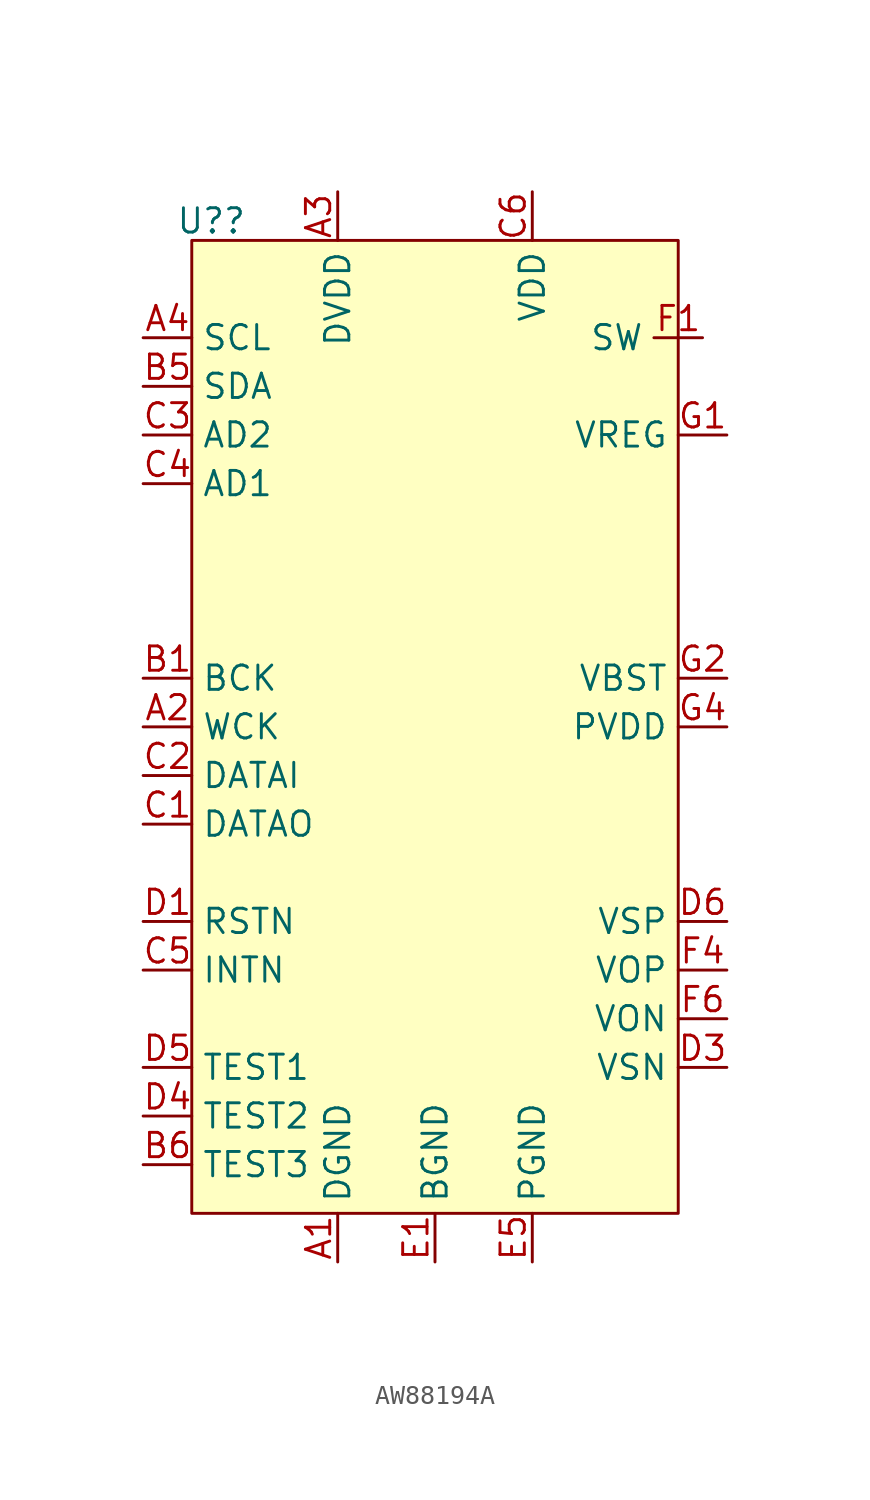
<source format=kicad_sym>
(kicad_symbol_lib
  (version 20231120)
  (generator "kicad_symbol_editor")
  (generator_version "8.0")
  (symbol "AW88194A"
    (property "Reference" "U?"
      (at 1.016 51.816 0)
      (effects (font (size 1.27 1.27))))
    (property "Value" ""
      (at 0 0 0)
      (effects (font (size 1.27 1.27))))
    (symbol "AW88194A_0_1"
      (rectangle (start 0 50.8) (end 25.4 0) (stroke (width 0) (type default)) (fill (type background))))
    (symbol "AW88194A_1_1"
      (pin input line (at 7.62 -2.54 90) (length 2.54) (name "DGND" (effects (font (size 1.27 1.27)))) (number "A1" (effects (font (size 1.27 1.27)))))
      (pin input line (at -2.54 25.4 0) (length 2.54) (name "WCK" (effects (font (size 1.27 1.27)))) (number "A2" (effects (font (size 1.27 1.27)))))
      (pin input line (at 7.62 53.34 270) (length 2.54) (name "DVDD" (effects (font (size 1.27 1.27)))) (number "A3" (effects (font (size 1.27 1.27)))))
      (pin input line (at -2.54 45.72 0) (length 2.54) (name "SCL" (effects (font (size 1.27 1.27)))) (number "A4" (effects (font (size 1.27 1.27)))))
      (pin input line (at 7.62 -2.54 90) (length 2.54) hide (name "DGND" (effects (font (size 1.27 1.27)))) (number "A5" (effects (font (size 1.27 1.27)))))
      (pin input line (at 7.62 -2.54 90) (length 2.54) hide (name "DGND" (effects (font (size 1.27 1.27)))) (number "A6" (effects (font (size 1.27 1.27)))))
      (pin input line (at -2.54 27.94 0) (length 2.54) (name "BCK" (effects (font (size 1.27 1.27)))) (number "B1" (effects (font (size 1.27 1.27)))))
      (pin input line (at -2.54 25.4 0) (length 2.54) hide (name "WCK" (effects (font (size 1.27 1.27)))) (number "B2" (effects (font (size 1.27 1.27)))))
      (pin input line (at 7.62 53.34 270) (length 2.54) hide (name "DVDD" (effects (font (size 1.27 1.27)))) (number "B3" (effects (font (size 1.27 1.27)))))
      (pin input line (at -2.54 45.72 0) (length 2.54) hide (name "SCL" (effects (font (size 1.27 1.27)))) (number "B4" (effects (font (size 1.27 1.27)))))
      (pin input line (at -2.54 43.18 0) (length 2.54) (name "SDA" (effects (font (size 1.27 1.27)))) (number "B5" (effects (font (size 1.27 1.27)))))
      (pin input line (at -2.54 2.54 0) (length 2.54) (name "TEST3" (effects (font (size 1.27 1.27)))) (number "B6" (effects (font (size 1.27 1.27)))))
      (pin input line (at -2.54 20.32 0) (length 2.54) (name "DATAO" (effects (font (size 1.27 1.27)))) (number "C1" (effects (font (size 1.27 1.27)))))
      (pin input line (at -2.54 22.86 0) (length 2.54) (name "DATAI" (effects (font (size 1.27 1.27)))) (number "C2" (effects (font (size 1.27 1.27)))))
      (pin input line (at -2.54 40.64 0) (length 2.54) (name "AD2" (effects (font (size 1.27 1.27)))) (number "C3" (effects (font (size 1.27 1.27)))))
      (pin input line (at -2.54 38.1 0) (length 2.54) (name "AD1" (effects (font (size 1.27 1.27)))) (number "C4" (effects (font (size 1.27 1.27)))))
      (pin input line (at -2.54 12.7 0) (length 2.54) (name "INTN" (effects (font (size 1.27 1.27)))) (number "C5" (effects (font (size 1.27 1.27)))))
      (pin input line (at 17.78 53.34 270) (length 2.54) (name "VDD" (effects (font (size 1.27 1.27)))) (number "C6" (effects (font (size 1.27 1.27)))))
      (pin input line (at -2.54 15.24 0) (length 2.54) (name "RSTN" (effects (font (size 1.27 1.27)))) (number "D1" (effects (font (size 1.27 1.27)))))
      (pin input line (at 7.62 -2.54 90) (length 2.54) hide (name "DGND" (effects (font (size 1.27 1.27)))) (number "D2" (effects (font (size 1.27 1.27)))))
      (pin input line (at 27.94 7.62 180) (length 2.54) (name "VSN" (effects (font (size 1.27 1.27)))) (number "D3" (effects (font (size 1.27 1.27)))))
      (pin input line (at -2.54 5.08 0) (length 2.54) (name "TEST2" (effects (font (size 1.27 1.27)))) (number "D4" (effects (font (size 1.27 1.27)))))
      (pin input line (at -2.54 7.62 0) (length 2.54) (name "TEST1" (effects (font (size 1.27 1.27)))) (number "D5" (effects (font (size 1.27 1.27)))))
      (pin input line (at 27.94 15.24 180) (length 2.54) (name "VSP" (effects (font (size 1.27 1.27)))) (number "D6" (effects (font (size 1.27 1.27)))))
      (pin input line (at 12.7 -2.54 90) (length 2.54) (name "BGND" (effects (font (size 1.27 1.27)))) (number "E1" (effects (font (size 1.27 1.27)))))
      (pin input line (at 12.7 -2.54 90) (length 2.54) hide (name "BGND" (effects (font (size 1.27 1.27)))) (number "E2" (effects (font (size 1.27 1.27)))))
      (pin input line (at 12.7 -2.54 90) (length 2.54) hide (name "BGND" (effects (font (size 1.27 1.27)))) (number "E3" (effects (font (size 1.27 1.27)))))
      (pin input line (at 7.62 -2.54 90) (length 2.54) hide (name "DGND" (effects (font (size 1.27 1.27)))) (number "E4" (effects (font (size 1.27 1.27)))))
      (pin input line (at 17.78 -2.54 90) (length 2.54) (name "PGND" (effects (font (size 1.27 1.27)))) (number "E5" (effects (font (size 1.27 1.27)))))
      (pin input line (at 7.62 -2.54 90) (length 2.54) hide (name "DGND" (effects (font (size 1.27 1.27)))) (number "E6" (effects (font (size 1.27 1.27)))))
      (pin input line (at 26.67 45.72 180) (length 2.54) (name "SW" (effects (font (size 1.27 1.27)))) (number "F1" (effects (font (size 1.27 1.27)))))
      (pin input line (at 26.67 45.72 180) (length 2.54) hide (name "SW" (effects (font (size 1.27 1.27)))) (number "F2" (effects (font (size 1.27 1.27)))))
      (pin input line (at 26.67 45.72 180) (length 2.54) hide (name "SW" (effects (font (size 1.27 1.27)))) (number "F3" (effects (font (size 1.27 1.27)))))
      (pin input line (at 27.94 12.7 180) (length 2.54) (name "VOP" (effects (font (size 1.27 1.27)))) (number "F4" (effects (font (size 1.27 1.27)))))
      (pin input line (at 17.78 -2.54 90) (length 2.54) hide (name "PGND" (effects (font (size 1.27 1.27)))) (number "F5" (effects (font (size 1.27 1.27)))))
      (pin input line (at 27.94 10.16 180) (length 2.54) (name "VON" (effects (font (size 1.27 1.27)))) (number "F6" (effects (font (size 1.27 1.27)))))
      (pin input line (at 27.94 40.64 180) (length 2.54) (name "VREG" (effects (font (size 1.27 1.27)))) (number "G1" (effects (font (size 1.27 1.27)))))
      (pin input line (at 27.94 27.94 180) (length 2.54) (name "VBST" (effects (font (size 1.27 1.27)))) (number "G2" (effects (font (size 1.27 1.27)))))
      (pin input line (at 27.94 27.94 180) (length 2.54) hide (name "VBST" (effects (font (size 1.27 1.27)))) (number "G3" (effects (font (size 1.27 1.27)))))
      (pin input line (at 27.94 25.4 180) (length 2.54) (name "PVDD" (effects (font (size 1.27 1.27)))) (number "G4" (effects (font (size 1.27 1.27)))))
      (pin input line (at 27.94 25.4 180) (length 2.54) hide (name "PVDD" (effects (font (size 1.27 1.27)))) (number "G5" (effects (font (size 1.27 1.27)))))
      (pin input line (at 27.94 25.4 180) (length 2.54) hide (name "PVDD" (effects (font (size 1.27 1.27)))) (number "G6" (effects (font (size 1.27 1.27))))))))
</source>
